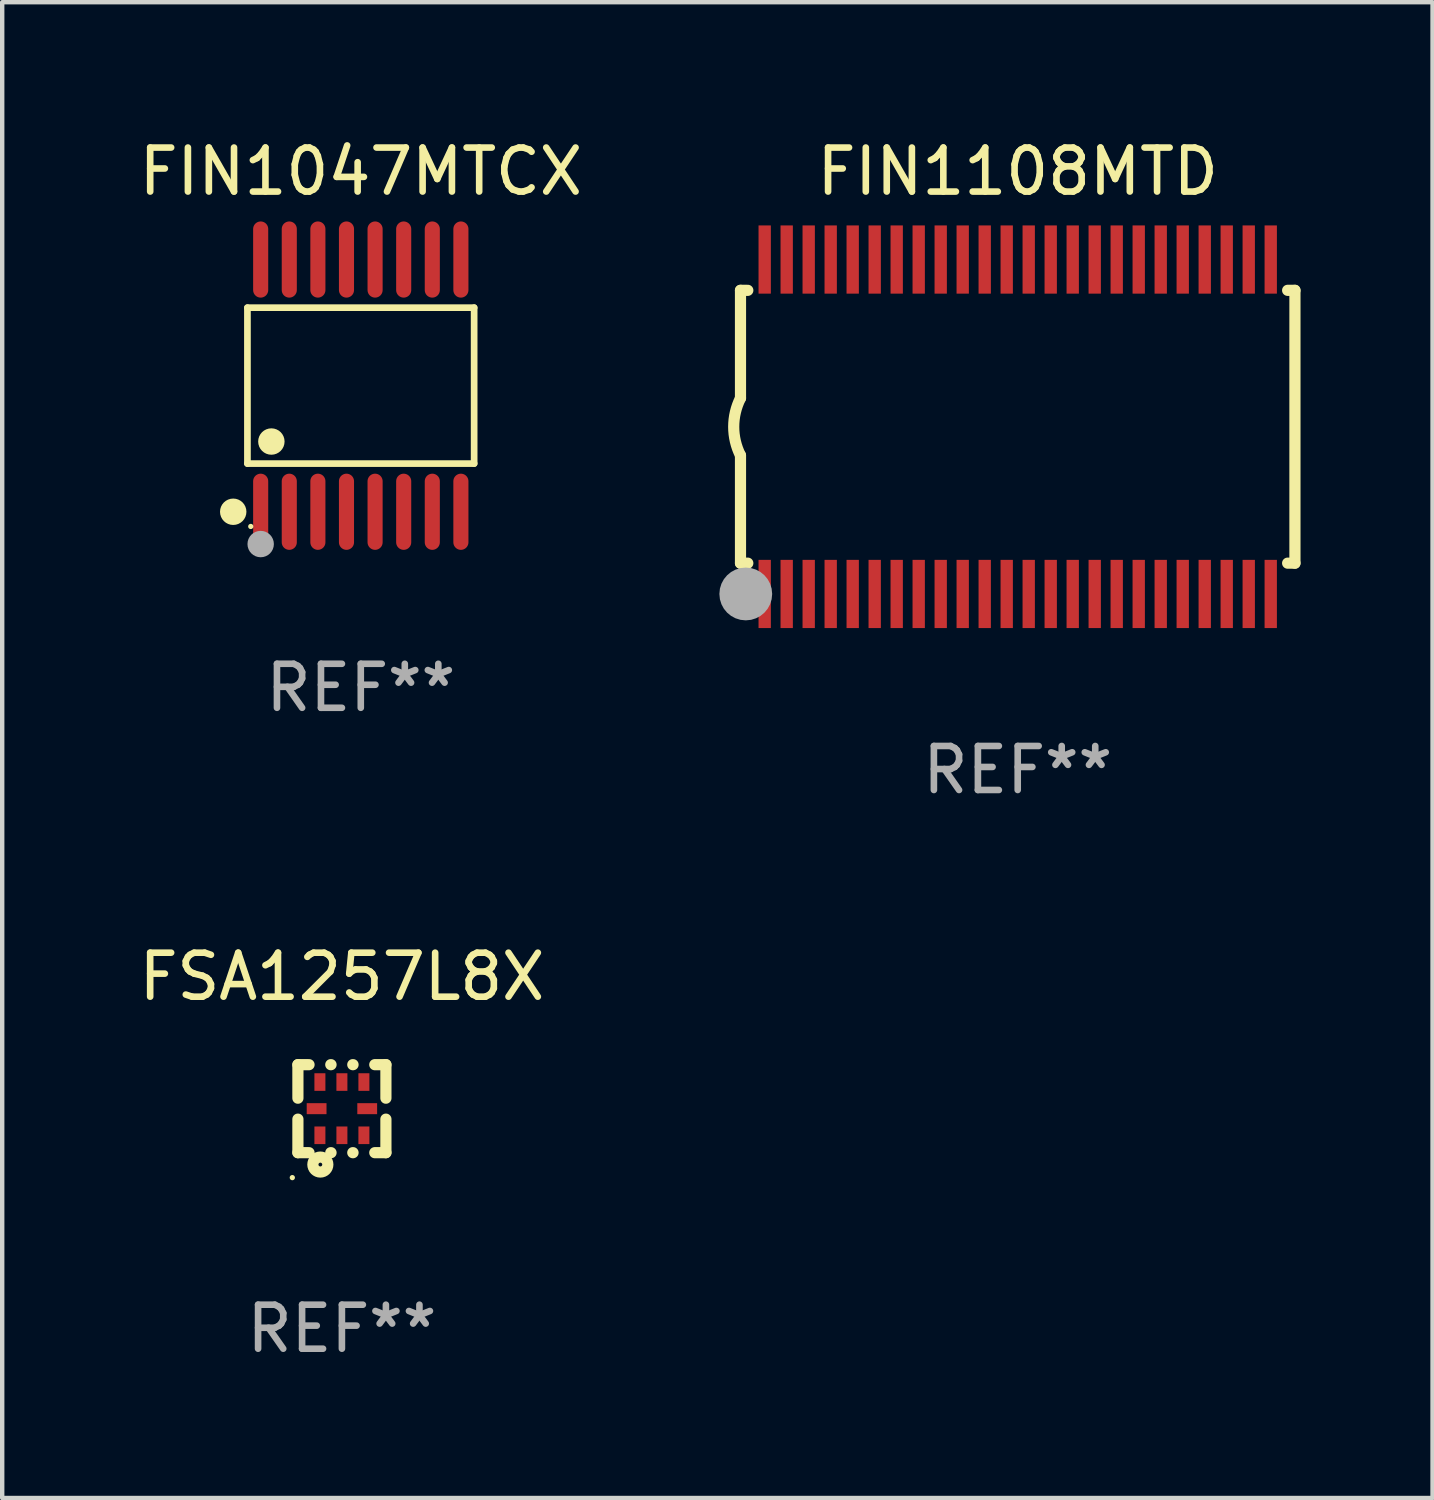
<source format=kicad_pcb>
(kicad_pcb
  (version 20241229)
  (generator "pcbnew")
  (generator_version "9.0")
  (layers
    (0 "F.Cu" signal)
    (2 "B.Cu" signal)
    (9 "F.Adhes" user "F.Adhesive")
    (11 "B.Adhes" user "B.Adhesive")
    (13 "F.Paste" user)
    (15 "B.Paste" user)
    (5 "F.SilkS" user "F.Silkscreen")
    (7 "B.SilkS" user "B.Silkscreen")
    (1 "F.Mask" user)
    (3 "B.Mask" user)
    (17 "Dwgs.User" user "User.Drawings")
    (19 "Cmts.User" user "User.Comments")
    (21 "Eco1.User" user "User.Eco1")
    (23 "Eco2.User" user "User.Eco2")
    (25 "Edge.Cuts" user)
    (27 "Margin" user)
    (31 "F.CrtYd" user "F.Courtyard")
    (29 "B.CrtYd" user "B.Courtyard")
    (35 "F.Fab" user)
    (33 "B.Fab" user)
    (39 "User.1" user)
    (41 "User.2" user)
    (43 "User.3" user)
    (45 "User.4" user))
  (footprint "FSA1257L8X"
    (layer "F.Cu")
    (at 4.72 22.145)
    (property "Reference" "FSA1257L8X" (at 0 -3 0) (layer "F.SilkS") (effects (font (size 1 1) (thickness 0.15))))
    (attr through_hole)
    (fp_line (start -1 -1) (end -0.747 -1) (stroke (width 0.254) (type solid)) (layer "F.SilkS"))
    (fp_line (start -1 -0.238) (end -1 -1) (stroke (width 0.254) (type solid)) (layer "F.SilkS"))
    (fp_line (start -1 1) (end -1 0.238) (stroke (width 0.254) (type solid)) (layer "F.SilkS"))
    (fp_line (start -0.747 1) (end -1 1) (stroke (width 0.254) (type solid)) (layer "F.SilkS"))
    (fp_line (start -0.253 -1) (end -0.247 -1) (stroke (width 0.254) (type solid)) (layer "F.SilkS"))
    (fp_line (start -0.247 1) (end -0.253 1) (stroke (width 0.254) (type solid)) (layer "F.SilkS"))
    (fp_line (start 0.247 -1) (end 0.253 -1) (stroke (width 0.254) (type solid)) (layer "F.SilkS"))
    (fp_line (start 0.253 1) (end 0.247 1) (stroke (width 0.254) (type solid)) (layer "F.SilkS"))
    (fp_line (start 0.747 -1) (end 1 -1) (stroke (width 0.254) (type solid)) (layer "F.SilkS"))
    (fp_line (start 1 -1) (end 1 -0.238) (stroke (width 0.254) (type solid)) (layer "F.SilkS"))
    (fp_line (start 1 0.238) (end 1 1) (stroke (width 0.254) (type solid)) (layer "F.SilkS"))
    (fp_line (start 1 1) (end 0.747 1) (stroke (width 0.254) (type solid)) (layer "F.SilkS"))
    (fp_circle (center -1.127 1.567) (end -1.097 1.567) (stroke (width 0.06) (type solid)) (fill no) (layer "F.SilkS"))
    (fp_circle (center -0.49 1.27) (end -0.32 1.27) (stroke (width 0.254) (type solid)) (fill no) (layer "F.SilkS"))
    (fp_text user "REF**" (at 0 5 0) (layer "F.Fab") (effects (font (size 1 1) (thickness 0.15))))
    (pad "1" smd rect (at -0.5 0.605 90) (size 0.4 0.25) (layers "F.Cu" "F.Mask" "F.Paste"))
    (pad "2" smd rect (at 0 0.605 90) (size 0.4 0.25) (layers "F.Cu" "F.Mask" "F.Paste"))
    (pad "3" smd rect (at 0.5 0.605 90) (size 0.4 0.25) (layers "F.Cu" "F.Mask" "F.Paste"))
    (pad "4" smd rect (at 0.575 0 180) (size 0.45 0.25) (layers "F.Cu" "F.Mask" "F.Paste"))
    (pad "5" smd rect (at 0.5 -0.605 270) (size 0.4 0.25) (layers "F.Cu" "F.Mask" "F.Paste"))
    (pad "6" smd rect (at 0 -0.605 270) (size 0.4 0.25) (layers "F.Cu" "F.Mask" "F.Paste"))
    (pad "7" smd rect (at -0.5 -0.605 270) (size 0.4 0.25) (layers "F.Cu" "F.Mask" "F.Paste"))
    (pad "8" smd rect (at -0.575 0) (size 0.45 0.25) (layers "F.Cu" "F.Mask" "F.Paste")))
  (footprint "FIN1047MTCX"
    (layer "F.Cu")
    (at 5.149 5.714)
    (property "Reference" "FIN1047MTCX" (at 0 -4.866 0) (layer "F.SilkS") (effects (font (size 1 1) (thickness 0.15))))
    (attr through_hole)
    (fp_line (start -2.576 -1.772) (end 2.576 -1.772) (stroke (width 0.152) (type solid)) (layer "F.SilkS"))
    (fp_line (start -2.576 1.771) (end -2.576 -1.772) (stroke (width 0.152) (type solid)) (layer "F.SilkS"))
    (fp_line (start 2.576 -1.772) (end 2.576 1.771) (stroke (width 0.152) (type solid)) (layer "F.SilkS"))
    (fp_line (start 2.576 1.771) (end -2.576 1.771) (stroke (width 0.152) (type solid)) (layer "F.SilkS"))
    (fp_circle (center -2.899 2.866) (end -2.749 2.866) (stroke (width 0.3) (type solid)) (fill no) (layer "F.SilkS"))
    (fp_circle (center -2.5 3.2) (end -2.47 3.2) (stroke (width 0.06) (type solid)) (fill no) (layer "F.SilkS"))
    (fp_circle (center -2.032 1.27) (end -1.882 1.27) (stroke (width 0.3) (type solid)) (fill no) (layer "F.SilkS"))
    (fp_circle (center -2.275 3.6) (end -2.125 3.6) (stroke (width 0.3) (type solid)) (fill no) (layer "F.Fab"))
    (fp_text user "REF**" (at 0 6.866 0) (layer "F.Fab") (effects (font (size 1 1) (thickness 0.15))))
    (pad "1" smd oval (at -2.275 2.866) (size 0.343 1.731) (layers "F.Cu" "F.Mask" "F.Paste"))
    (pad "2" smd oval (at -1.625 2.866) (size 0.343 1.731) (layers "F.Cu" "F.Mask" "F.Paste"))
    (pad "3" smd oval (at -0.975 2.866) (size 0.343 1.731) (layers "F.Cu" "F.Mask" "F.Paste"))
    (pad "4" smd oval (at -0.325 2.866) (size 0.343 1.731) (layers "F.Cu" "F.Mask" "F.Paste"))
    (pad "5" smd oval (at 0.325 2.866) (size 0.343 1.731) (layers "F.Cu" "F.Mask" "F.Paste"))
    (pad "6" smd oval (at 0.975 2.866) (size 0.343 1.731) (layers "F.Cu" "F.Mask" "F.Paste"))
    (pad "7" smd oval (at 1.625 2.866) (size 0.343 1.731) (layers "F.Cu" "F.Mask" "F.Paste"))
    (pad "8" smd oval (at 2.275 2.866) (size 0.343 1.731) (layers "F.Cu" "F.Mask" "F.Paste"))
    (pad "9" smd oval (at 2.275 -2.866) (size 0.343 1.731) (layers "F.Cu" "F.Mask" "F.Paste"))
    (pad "10" smd oval (at 1.625 -2.866) (size 0.343 1.731) (layers "F.Cu" "F.Mask" "F.Paste"))
    (pad "11" smd oval (at 0.975 -2.866) (size 0.343 1.731) (layers "F.Cu" "F.Mask" "F.Paste"))
    (pad "12" smd oval (at 0.325 -2.866) (size 0.343 1.731) (layers "F.Cu" "F.Mask" "F.Paste"))
    (pad "13" smd oval (at -0.325 -2.866) (size 0.343 1.731) (layers "F.Cu" "F.Mask" "F.Paste"))
    (pad "14" smd oval (at -0.975 -2.866) (size 0.343 1.731) (layers "F.Cu" "F.Mask" "F.Paste"))
    (pad "15" smd oval (at -1.625 -2.866) (size 0.343 1.731) (layers "F.Cu" "F.Mask" "F.Paste"))
    (pad "16" smd oval (at -2.275 -2.866) (size 0.343 1.731) (layers "F.Cu" "F.Mask" "F.Paste")))
  (footprint "FIN1108MTD"
    (layer "F.Cu")
    (at 20.078 6.648)
    (property "Reference" "FIN1108MTD" (at 0 -5.8 0) (layer "F.SilkS") (effects (font (size 1 1) (thickness 0.15))))
    (attr through_hole)
    (fp_line (start -6.3 -3.1) (end -6.3 -0.65) (stroke (width 0.254) (type solid)) (layer "F.SilkS"))
    (fp_line (start -6.3 -3.1) (end -6.134 -3.1) (stroke (width 0.254) (type solid)) (layer "F.SilkS"))
    (fp_line (start -6.3 3.1) (end -6.3 0.65) (stroke (width 0.254) (type solid)) (layer "F.SilkS"))
    (fp_line (start -6.3 3.1) (end -6.134 3.1) (stroke (width 0.254) (type solid)) (layer "F.SilkS"))
    (fp_line (start 6.134 -3.1) (end 6.3 -3.1) (stroke (width 0.254) (type solid)) (layer "F.SilkS"))
    (fp_line (start 6.134 3.1) (end 6.3 3.1) (stroke (width 0.254) (type solid)) (layer "F.SilkS"))
    (fp_line (start 6.3 -3.1) (end 6.3 3.1) (stroke (width 0.254) (type solid)) (layer "F.SilkS"))
    (fp_arc (start -6.301016 0.650114) (mid -6.45413 -0.000082) (end -6.3 -0.650038) (stroke (width 0.254001) (type solid)) (layer "F.SilkS"))
    (fp_circle (center -6.35 3.81) (end -6.223 3.81) (stroke (width 0.254) (type solid)) (fill no) (layer "F.SilkS"))
    (fp_circle (center -6.25 4.05) (end -6.22 4.05) (stroke (width 0.06) (type solid)) (fill no) (layer "F.SilkS"))
    (fp_circle (center -6.18 3.8) (end -5.88 3.8) (stroke (width 0.6) (type solid)) (fill no) (layer "F.Fab"))
    (fp_text user "REF**" (at 0 7.8 0) (layer "F.Fab") (effects (font (size 1 1) (thickness 0.15))))
    (pad "1" smd rect (at -5.75 3.8) (size 0.28 1.55) (layers "F.Cu" "F.Mask" "F.Paste"))
    (pad "2" smd rect (at -5.25 3.8) (size 0.28 1.55) (layers "F.Cu" "F.Mask" "F.Paste"))
    (pad "3" smd rect (at -4.75 3.8) (size 0.28 1.55) (layers "F.Cu" "F.Mask" "F.Paste"))
    (pad "4" smd rect (at -4.25 3.8) (size 0.28 1.55) (layers "F.Cu" "F.Mask" "F.Paste"))
    (pad "5" smd rect (at -3.75 3.8) (size 0.28 1.55) (layers "F.Cu" "F.Mask" "F.Paste"))
    (pad "6" smd rect (at -3.25 3.8) (size 0.28 1.55) (layers "F.Cu" "F.Mask" "F.Paste"))
    (pad "7" smd rect (at -2.75 3.8) (size 0.28 1.55) (layers "F.Cu" "F.Mask" "F.Paste"))
    (pad "8" smd rect (at -2.25 3.8) (size 0.28 1.55) (layers "F.Cu" "F.Mask" "F.Paste"))
    (pad "9" smd rect (at -1.75 3.8) (size 0.28 1.55) (layers "F.Cu" "F.Mask" "F.Paste"))
    (pad "10" smd rect (at -1.25 3.8) (size 0.28 1.55) (layers "F.Cu" "F.Mask" "F.Paste"))
    (pad "11" smd rect (at -0.75 3.8) (size 0.28 1.55) (layers "F.Cu" "F.Mask" "F.Paste"))
    (pad "12" smd rect (at -0.25 3.8) (size 0.28 1.55) (layers "F.Cu" "F.Mask" "F.Paste"))
    (pad "13" smd rect (at 0.25 3.8) (size 0.28 1.55) (layers "F.Cu" "F.Mask" "F.Paste"))
    (pad "14" smd rect (at 0.75 3.8) (size 0.28 1.55) (layers "F.Cu" "F.Mask" "F.Paste"))
    (pad "15" smd rect (at 1.25 3.8) (size 0.28 1.55) (layers "F.Cu" "F.Mask" "F.Paste"))
    (pad "16" smd rect (at 1.75 3.8) (size 0.28 1.55) (layers "F.Cu" "F.Mask" "F.Paste"))
    (pad "17" smd rect (at 2.25 3.8) (size 0.28 1.55) (layers "F.Cu" "F.Mask" "F.Paste"))
    (pad "18" smd rect (at 2.75 3.8) (size 0.28 1.55) (layers "F.Cu" "F.Mask" "F.Paste"))
    (pad "19" smd rect (at 3.25 3.8) (size 0.28 1.55) (layers "F.Cu" "F.Mask" "F.Paste"))
    (pad "20" smd rect (at 3.75 3.8) (size 0.28 1.55) (layers "F.Cu" "F.Mask" "F.Paste"))
    (pad "21" smd rect (at 4.25 3.8) (size 0.28 1.55) (layers "F.Cu" "F.Mask" "F.Paste"))
    (pad "22" smd rect (at 4.75 3.8) (size 0.28 1.55) (layers "F.Cu" "F.Mask" "F.Paste"))
    (pad "23" smd rect (at 5.25 3.8) (size 0.28 1.55) (layers "F.Cu" "F.Mask" "F.Paste"))
    (pad "24" smd rect (at 5.75 3.8) (size 0.28 1.55) (layers "F.Cu" "F.Mask" "F.Paste"))
    (pad "25" smd rect (at 5.75 -3.8) (size 0.28 1.55) (layers "F.Cu" "F.Mask" "F.Paste"))
    (pad "26" smd rect (at 5.25 -3.8) (size 0.28 1.55) (layers "F.Cu" "F.Mask" "F.Paste"))
    (pad "27" smd rect (at 4.75 -3.8) (size 0.28 1.55) (layers "F.Cu" "F.Mask" "F.Paste"))
    (pad "28" smd rect (at 4.25 -3.8) (size 0.28 1.55) (layers "F.Cu" "F.Mask" "F.Paste"))
    (pad "29" smd rect (at 3.75 -3.8) (size 0.28 1.55) (layers "F.Cu" "F.Mask" "F.Paste"))
    (pad "30" smd rect (at 3.25 -3.8) (size 0.28 1.55) (layers "F.Cu" "F.Mask" "F.Paste"))
    (pad "31" smd rect (at 2.75 -3.8) (size 0.28 1.55) (layers "F.Cu" "F.Mask" "F.Paste"))
    (pad "32" smd rect (at 2.25 -3.8) (size 0.28 1.55) (layers "F.Cu" "F.Mask" "F.Paste"))
    (pad "33" smd rect (at 1.75 -3.8) (size 0.28 1.55) (layers "F.Cu" "F.Mask" "F.Paste"))
    (pad "34" smd rect (at 1.25 -3.8) (size 0.28 1.55) (layers "F.Cu" "F.Mask" "F.Paste"))
    (pad "35" smd rect (at 0.75 -3.8) (size 0.28 1.55) (layers "F.Cu" "F.Mask" "F.Paste"))
    (pad "36" smd rect (at 0.25 -3.8) (size 0.28 1.55) (layers "F.Cu" "F.Mask" "F.Paste"))
    (pad "37" smd rect (at -0.25 -3.8) (size 0.28 1.55) (layers "F.Cu" "F.Mask" "F.Paste"))
    (pad "38" smd rect (at -0.75 -3.8) (size 0.28 1.55) (layers "F.Cu" "F.Mask" "F.Paste"))
    (pad "39" smd rect (at -1.25 -3.8) (size 0.28 1.55) (layers "F.Cu" "F.Mask" "F.Paste"))
    (pad "40" smd rect (at -1.75 -3.8) (size 0.28 1.55) (layers "F.Cu" "F.Mask" "F.Paste"))
    (pad "41" smd rect (at -2.25 -3.8) (size 0.28 1.55) (layers "F.Cu" "F.Mask" "F.Paste"))
    (pad "42" smd rect (at -2.75 -3.8) (size 0.28 1.55) (layers "F.Cu" "F.Mask" "F.Paste"))
    (pad "43" smd rect (at -3.25 -3.8) (size 0.28 1.55) (layers "F.Cu" "F.Mask" "F.Paste"))
    (pad "44" smd rect (at -3.75 -3.8) (size 0.28 1.55) (layers "F.Cu" "F.Mask" "F.Paste"))
    (pad "45" smd rect (at -4.25 -3.8) (size 0.28 1.55) (layers "F.Cu" "F.Mask" "F.Paste"))
    (pad "46" smd rect (at -4.75 -3.8) (size 0.28 1.55) (layers "F.Cu" "F.Mask" "F.Paste"))
    (pad "47" smd rect (at -5.25 -3.8) (size 0.28 1.55) (layers "F.Cu" "F.Mask" "F.Paste"))
    (pad "48" smd rect (at -5.75 -3.8) (size 0.28 1.55) (layers "F.Cu" "F.Mask" "F.Paste")))
  (gr_rect
    (start -3 -3)
    (end 29.505 30.993)
    (stroke (width 0.1) (type default))
    (fill no)
    (layer "Edge.Cuts")))
</source>
